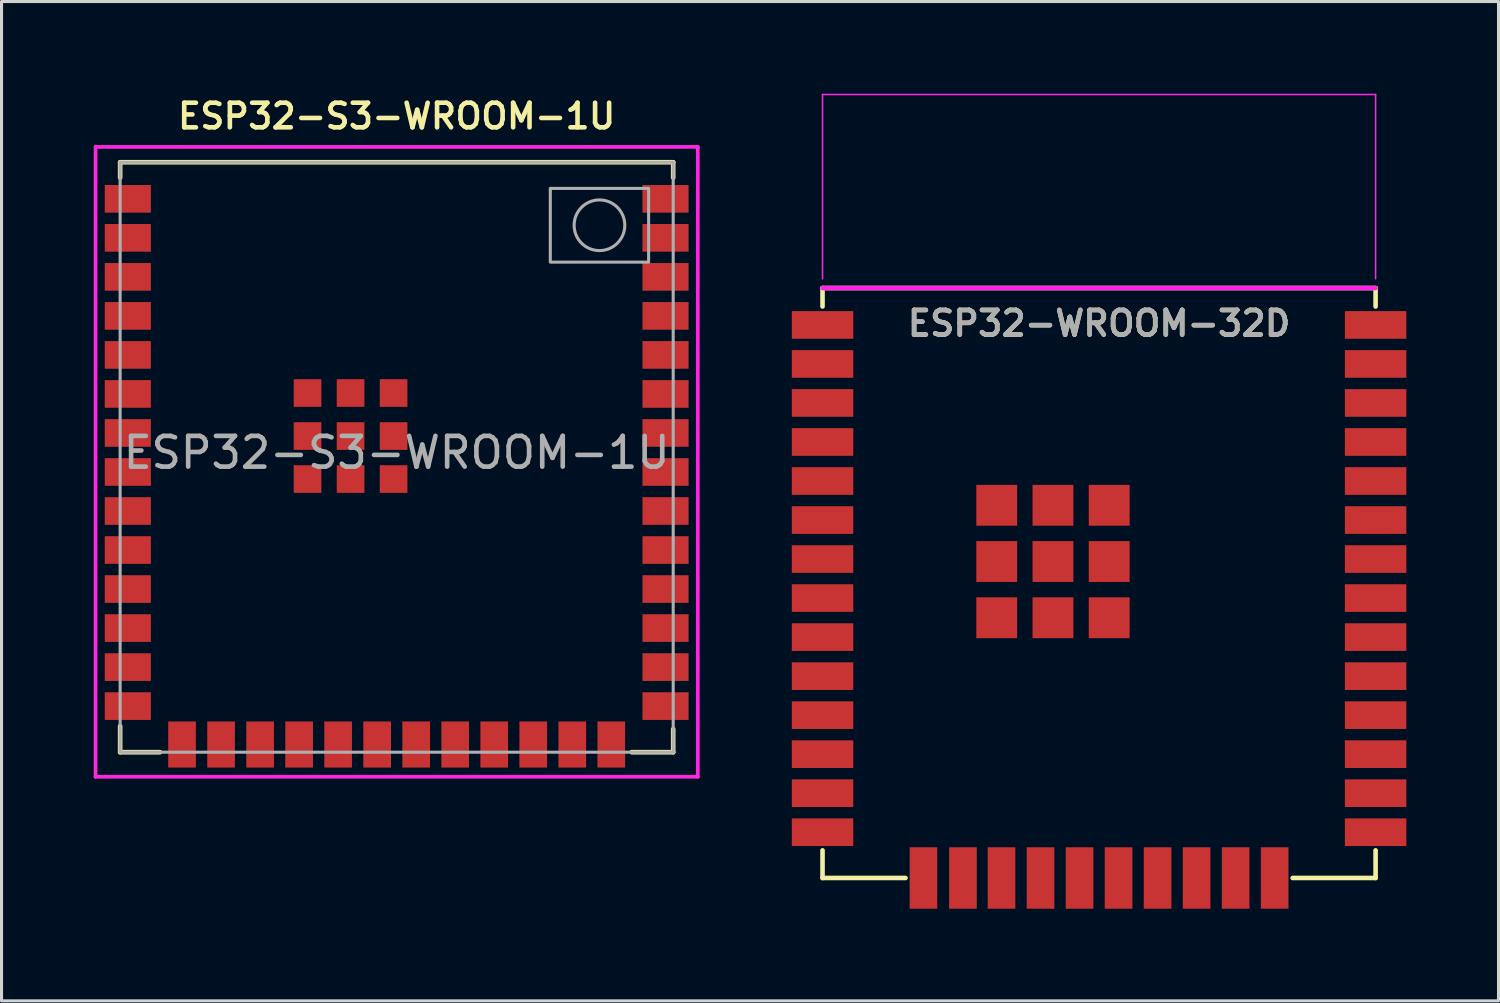
<source format=kicad_pcb>
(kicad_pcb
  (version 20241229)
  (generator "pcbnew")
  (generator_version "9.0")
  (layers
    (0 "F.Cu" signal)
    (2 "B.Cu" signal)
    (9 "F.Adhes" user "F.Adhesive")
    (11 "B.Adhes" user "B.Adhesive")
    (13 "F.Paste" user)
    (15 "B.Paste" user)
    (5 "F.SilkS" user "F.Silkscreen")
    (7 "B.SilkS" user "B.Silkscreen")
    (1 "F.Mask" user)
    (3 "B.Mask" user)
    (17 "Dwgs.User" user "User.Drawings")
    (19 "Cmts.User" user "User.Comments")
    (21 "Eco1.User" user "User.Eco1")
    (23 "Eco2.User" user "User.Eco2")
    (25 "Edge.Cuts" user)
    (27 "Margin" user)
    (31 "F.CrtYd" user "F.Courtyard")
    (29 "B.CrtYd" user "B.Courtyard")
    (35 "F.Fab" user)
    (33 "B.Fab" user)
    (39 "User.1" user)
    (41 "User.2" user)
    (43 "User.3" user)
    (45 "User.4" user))
  (footprint "ESP32-S3-WROOM-1U"
    (layer "F.Cu")
    (at 9.86 11.681)
    (property "Reference" "ESP32-S3-WROOM-1U" (at 0 -10.95 0) (layer "F.SilkS") (effects (font (size 0.8 0.8) (thickness 0.15))))
    (attr smd)
    (fp_line (start -9 -9.45) (end -9 -8.95) (stroke (width 0.15) (type solid)) (layer "F.SilkS"))
    (fp_line (start -9 8.9) (end -9 9.75) (stroke (width 0.15) (type solid)) (layer "F.SilkS"))
    (fp_line (start -9 9.75) (end -7.7 9.75) (stroke (width 0.15) (type solid)) (layer "F.SilkS"))
    (fp_line (start 9 -9.45) (end -9 -9.45) (stroke (width 0.15) (type solid)) (layer "F.SilkS"))
    (fp_line (start 9 -9.45) (end 9 -8.95) (stroke (width 0.15) (type solid)) (layer "F.SilkS"))
    (fp_line (start 9 9) (end 9 9.75) (stroke (width 0.15) (type solid)) (layer "F.SilkS"))
    (fp_line (start 9 9.75) (end 7.65 9.75) (stroke (width 0.15) (type solid)) (layer "F.SilkS"))
    (fp_line (start -9.8 -9.95) (end -9.8 10.55) (stroke (width 0.12) (type solid)) (layer "F.CrtYd"))
    (fp_line (start -9.8 10.55) (end 9.8 10.55) (stroke (width 0.12) (type solid)) (layer "F.CrtYd"))
    (fp_line (start 9.8 -9.95) (end -9.8 -9.95) (stroke (width 0.12) (type solid)) (layer "F.CrtYd"))
    (fp_line (start 9.8 -9.95) (end 9.8 10.55) (stroke (width 0.12) (type solid)) (layer "F.CrtYd"))
    (fp_line (start -9 -9.45) (end 9 -9.45) (stroke (width 0.1) (type solid)) (layer "F.Fab"))
    (fp_line (start -9 9.75) (end -9 -9.45) (stroke (width 0.1) (type solid)) (layer "F.Fab"))
    (fp_line (start 9 -9.45) (end 9 9.75) (stroke (width 0.1) (type solid)) (layer "F.Fab"))
    (fp_line (start 9 9.75) (end -9 9.75) (stroke (width 0.1) (type solid)) (layer "F.Fab"))
    (fp_rect (start 5 -8.6) (end 8.2 -6.2) (stroke (width 0.1) (type default)) (fill no) (layer "F.Fab"))
    (fp_circle (center 6.6 -7.4) (end 6.4 -8.2) (stroke (width 0.1) (type default)) (fill no) (layer "F.Fab"))
    (fp_text user "${REFERENCE}" (at 0 0 0) (layer "F.Fab") (effects (font (size 1 1) (thickness 0.15))))
    (pad "1" smd rect (at -8.75 -8.26) (size 1.5 0.9) (layers "F.Cu" "F.Mask" "F.Paste"))
    (pad "2" smd rect (at -8.75 -6.99) (size 1.5 0.9) (layers "F.Cu" "F.Mask" "F.Paste"))
    (pad "3" smd rect (at -8.75 -5.72) (size 1.5 0.9) (layers "F.Cu" "F.Mask" "F.Paste"))
    (pad "4" smd rect (at -8.75 -4.45) (size 1.5 0.9) (layers "F.Cu" "F.Mask" "F.Paste"))
    (pad "5" smd rect (at -8.75 -3.18) (size 1.5 0.9) (layers "F.Cu" "F.Mask" "F.Paste"))
    (pad "6" smd rect (at -8.75 -1.91) (size 1.5 0.9) (layers "F.Cu" "F.Mask" "F.Paste"))
    (pad "7" smd rect (at -8.75 -0.64) (size 1.5 0.9) (layers "F.Cu" "F.Mask" "F.Paste"))
    (pad "8" smd rect (at -8.75 0.63) (size 1.5 0.9) (layers "F.Cu" "F.Mask" "F.Paste"))
    (pad "9" smd rect (at -8.75 1.9) (size 1.5 0.9) (layers "F.Cu" "F.Mask" "F.Paste"))
    (pad "10" smd rect (at -8.75 3.17) (size 1.5 0.9) (layers "F.Cu" "F.Mask" "F.Paste"))
    (pad "11" smd rect (at -8.75 4.44) (size 1.5 0.9) (layers "F.Cu" "F.Mask" "F.Paste"))
    (pad "12" smd rect (at -8.75 5.71) (size 1.5 0.9) (layers "F.Cu" "F.Mask" "F.Paste"))
    (pad "13" smd rect (at -8.75 6.98) (size 1.5 0.9) (layers "F.Cu" "F.Mask" "F.Paste"))
    (pad "14" smd rect (at -8.75 8.25) (size 1.5 0.9) (layers "F.Cu" "F.Mask" "F.Paste"))
    (pad "15" smd rect (at -6.985 9.5 90) (size 1.5 0.9) (layers "F.Cu" "F.Mask" "F.Paste"))
    (pad "16" smd rect (at -5.715 9.5 90) (size 1.5 0.9) (layers "F.Cu" "F.Mask" "F.Paste"))
    (pad "17" smd rect (at -4.445 9.5 90) (size 1.5 0.9) (layers "F.Cu" "F.Mask" "F.Paste"))
    (pad "18" smd rect (at -3.175 9.5 90) (size 1.5 0.9) (layers "F.Cu" "F.Mask" "F.Paste"))
    (pad "19" smd rect (at -1.905 9.5 90) (size 1.5 0.9) (layers "F.Cu" "F.Mask" "F.Paste"))
    (pad "20" smd rect (at -0.635 9.5 90) (size 1.5 0.9) (layers "F.Cu" "F.Mask" "F.Paste"))
    (pad "21" smd rect (at 0.635 9.5 90) (size 1.5 0.9) (layers "F.Cu" "F.Mask" "F.Paste"))
    (pad "22" smd rect (at 1.905 9.5 90) (size 1.5 0.9) (layers "F.Cu" "F.Mask" "F.Paste"))
    (pad "23" smd rect (at 3.175 9.5 90) (size 1.5 0.9) (layers "F.Cu" "F.Mask" "F.Paste"))
    (pad "24" smd rect (at 4.445 9.5 90) (size 1.5 0.9) (layers "F.Cu" "F.Mask" "F.Paste"))
    (pad "25" smd rect (at 5.715 9.5 90) (size 1.5 0.9) (layers "F.Cu" "F.Mask" "F.Paste"))
    (pad "26" smd rect (at 6.985 9.5 90) (size 1.5 0.9) (layers "F.Cu" "F.Mask" "F.Paste"))
    (pad "27" smd rect (at 8.75 8.25 180) (size 1.5 0.9) (layers "F.Cu" "F.Mask" "F.Paste"))
    (pad "28" smd rect (at 8.75 6.98 180) (size 1.5 0.9) (layers "F.Cu" "F.Mask" "F.Paste"))
    (pad "29" smd rect (at 8.75 5.71 180) (size 1.5 0.9) (layers "F.Cu" "F.Mask" "F.Paste"))
    (pad "30" smd rect (at 8.75 4.44 180) (size 1.5 0.9) (layers "F.Cu" "F.Mask" "F.Paste"))
    (pad "31" smd rect (at 8.75 3.17 180) (size 1.5 0.9) (layers "F.Cu" "F.Mask" "F.Paste"))
    (pad "32" smd rect (at 8.75 1.9 180) (size 1.5 0.9) (layers "F.Cu" "F.Mask" "F.Paste"))
    (pad "33" smd rect (at 8.75 0.63 180) (size 1.5 0.9) (layers "F.Cu" "F.Mask" "F.Paste"))
    (pad "34" smd rect (at 8.75 -0.64 180) (size 1.5 0.9) (layers "F.Cu" "F.Mask" "F.Paste"))
    (pad "35" smd rect (at 8.75 -1.91 180) (size 1.5 0.9) (layers "F.Cu" "F.Mask" "F.Paste"))
    (pad "36" smd rect (at 8.75 -3.18 180) (size 1.5 0.9) (layers "F.Cu" "F.Mask" "F.Paste"))
    (pad "37" smd rect (at 8.75 -4.45 180) (size 1.5 0.9) (layers "F.Cu" "F.Mask" "F.Paste"))
    (pad "38" smd rect (at 8.75 -5.72 180) (size 1.5 0.9) (layers "F.Cu" "F.Mask" "F.Paste"))
    (pad "39" smd rect (at 8.75 -6.99 180) (size 1.5 0.9) (layers "F.Cu" "F.Mask" "F.Paste"))
    (pad "40" smd rect (at 8.75 -8.26 180) (size 1.5 0.9) (layers "F.Cu" "F.Mask" "F.Paste"))
    (pad "41" smd rect (at -2.9 -1.94 180) (size 0.9 0.9) (layers "F.Cu" "F.Mask" "F.Paste"))
    (pad "41" smd rect (at -2.9 -0.54 180) (size 0.9 0.9) (layers "F.Cu" "F.Mask" "F.Paste"))
    (pad "41" smd rect (at -2.9 0.86 180) (size 0.9 0.9) (layers "F.Cu" "F.Mask" "F.Paste"))
    (pad "41" smd rect (at -1.5 -1.94 180) (size 0.9 0.9) (layers "F.Cu" "F.Mask" "F.Paste"))
    (pad "41" smd rect (at -1.5 -0.54 180) (size 0.9 0.9) (layers "F.Cu" "F.Mask" "F.Paste"))
    (pad "41" smd rect (at -1.5 0.86 180) (size 0.9 0.9) (layers "F.Cu" "F.Mask" "F.Paste"))
    (pad "41" smd rect (at -0.1 -1.94 180) (size 0.9 0.9) (layers "F.Cu" "F.Mask" "F.Paste"))
    (pad "41" smd rect (at -0.1 -0.54 180) (size 0.9 0.9) (layers "F.Cu" "F.Mask" "F.Paste"))
    (pad "41" smd rect (at -0.1 0.86 180) (size 0.9 0.9) (layers "F.Cu" "F.Mask" "F.Paste")))
  (footprint "ESP32-WROOM-32D"
    (layer "F.Cu")
    (at 32.72 12.775)
    (property "Reference" "ESP32-WROOM-32D" (at 0 -5.3 0) (layer "F.SilkS") (effects (font (size 0.8 0.8) (thickness 0.15))))
    (attr through_hole)
    (fp_line (start -9 -6.45) (end -9 -5.85) (stroke (width 0.15) (type solid)) (layer "F.SilkS"))
    (fp_line (start -9 -6.45) (end 9 -6.45) (stroke (width 0.15) (type solid)) (layer "F.SilkS"))
    (fp_line (start -9 12.75) (end -9 11.85) (stroke (width 0.15) (type solid)) (layer "F.SilkS"))
    (fp_line (start -9 12.75) (end -6.3 12.75) (stroke (width 0.15) (type solid)) (layer "F.SilkS"))
    (fp_line (start 9 -6.45) (end 9 -5.85) (stroke (width 0.15) (type solid)) (layer "F.SilkS"))
    (fp_line (start 9 12.75) (end 6.3 12.75) (stroke (width 0.15) (type solid)) (layer "F.SilkS"))
    (fp_line (start 9 12.75) (end 9 11.85) (stroke (width 0.15) (type solid)) (layer "F.SilkS"))
    (fp_line (start -9 -12.75) (end -9 -6.75) (stroke (width 0.05) (type solid)) (layer "F.CrtYd"))
    (fp_line (start -9 -6.45) (end 9 -6.45) (stroke (width 0.15) (type solid)) (layer "F.CrtYd"))
    (fp_line (start 9 -12.75) (end -9 -12.75) (stroke (width 0.05) (type solid)) (layer "F.CrtYd"))
    (fp_line (start 9 -6.75) (end 9 -12.75) (stroke (width 0.05) (type solid)) (layer "F.CrtYd"))
    (fp_text user "${REFERENCE}" (at 0 -5.3 0) (layer "F.Fab") (effects (font (size 0.8 0.8) (thickness 0.15))))
    (pad "1" smd rect (at -9 -5.25) (size 2 0.9) (layers "F.Cu" "F.Mask" "F.Paste"))
    (pad "2" smd rect (at -9 -3.98) (size 2 0.9) (layers "F.Cu" "F.Mask" "F.Paste"))
    (pad "3" smd rect (at -9 -2.71) (size 2 0.9) (layers "F.Cu" "F.Mask" "F.Paste"))
    (pad "4" smd rect (at -9 -1.44) (size 2 0.9) (layers "F.Cu" "F.Mask" "F.Paste"))
    (pad "5" smd rect (at -9 -0.17) (size 2 0.9) (layers "F.Cu" "F.Mask" "F.Paste"))
    (pad "6" smd rect (at -9 1.1) (size 2 0.9) (layers "F.Cu" "F.Mask" "F.Paste"))
    (pad "7" smd rect (at -9 2.37) (size 2 0.9) (layers "F.Cu" "F.Mask" "F.Paste"))
    (pad "8" smd rect (at -9 3.64) (size 2 0.9) (layers "F.Cu" "F.Mask" "F.Paste"))
    (pad "9" smd rect (at -9 4.91) (size 2 0.9) (layers "F.Cu" "F.Mask" "F.Paste"))
    (pad "10" smd rect (at -9 6.18) (size 2 0.9) (layers "F.Cu" "F.Mask" "F.Paste"))
    (pad "11" smd rect (at -9 7.45) (size 2 0.9) (layers "F.Cu" "F.Mask" "F.Paste"))
    (pad "12" smd rect (at -9 8.72) (size 2 0.9) (layers "F.Cu" "F.Mask" "F.Paste"))
    (pad "13" smd rect (at -9 9.99) (size 2 0.9) (layers "F.Cu" "F.Mask" "F.Paste"))
    (pad "14" smd rect (at -9 11.26) (size 2 0.9) (layers "F.Cu" "F.Mask" "F.Paste"))
    (pad "15" smd rect (at -5.715 12.75 90) (size 2 0.9) (layers "F.Cu" "F.Mask" "F.Paste"))
    (pad "16" smd rect (at -4.43 12.75 90) (size 2 0.9) (layers "F.Cu" "F.Mask" "F.Paste"))
    (pad "17" smd rect (at -3.175 12.75 90) (size 2 0.9) (layers "F.Cu" "F.Mask" "F.Paste"))
    (pad "18" smd rect (at -1.905 12.75 90) (size 2 0.9) (layers "F.Cu" "F.Mask" "F.Paste"))
    (pad "19" smd rect (at -0.635 12.75 90) (size 2 0.9) (layers "F.Cu" "F.Mask" "F.Paste"))
    (pad "20" smd rect (at 0.635 12.75 90) (size 2 0.9) (layers "F.Cu" "F.Mask" "F.Paste"))
    (pad "21" smd rect (at 1.905 12.75 90) (size 2 0.9) (layers "F.Cu" "F.Mask" "F.Paste"))
    (pad "22" smd rect (at 3.175 12.75 90) (size 2 0.9) (layers "F.Cu" "F.Mask" "F.Paste"))
    (pad "23" smd rect (at 4.445 12.75 90) (size 2 0.9) (layers "F.Cu" "F.Mask" "F.Paste"))
    (pad "24" smd rect (at 5.715 12.75 90) (size 2 0.9) (layers "F.Cu" "F.Mask" "F.Paste"))
    (pad "25" smd rect (at 9 11.26) (size 2 0.9) (layers "F.Cu" "F.Mask" "F.Paste"))
    (pad "26" smd rect (at 9 9.99) (size 2 0.9) (layers "F.Cu" "F.Mask" "F.Paste"))
    (pad "27" smd rect (at 9 8.72) (size 2 0.9) (layers "F.Cu" "F.Mask" "F.Paste"))
    (pad "28" smd rect (at 9 7.45) (size 2 0.9) (layers "F.Cu" "F.Mask" "F.Paste"))
    (pad "29" smd rect (at 9 6.18) (size 2 0.9) (layers "F.Cu" "F.Mask" "F.Paste"))
    (pad "30" smd rect (at 9 4.91) (size 2 0.9) (layers "F.Cu" "F.Mask" "F.Paste"))
    (pad "31" smd rect (at 9 3.64) (size 2 0.9) (layers "F.Cu" "F.Mask" "F.Paste"))
    (pad "32" smd rect (at 9 2.37) (size 2 0.9) (layers "F.Cu" "F.Mask" "F.Paste"))
    (pad "33" smd rect (at 9 1.1) (size 2 0.9) (layers "F.Cu" "F.Mask" "F.Paste"))
    (pad "34" smd rect (at 9 -0.17) (size 2 0.9) (layers "F.Cu" "F.Mask" "F.Paste"))
    (pad "35" smd rect (at 9 -1.44) (size 2 0.9) (layers "F.Cu" "F.Mask" "F.Paste"))
    (pad "36" smd rect (at 9 -2.71) (size 2 0.9) (layers "F.Cu" "F.Mask" "F.Paste"))
    (pad "37" smd rect (at 9 -3.98) (size 2 0.9) (layers "F.Cu" "F.Mask" "F.Paste"))
    (pad "38" smd rect (at 9 -5.25) (size 2 0.9) (layers "F.Cu" "F.Mask" "F.Paste"))
    (pad "39" smd rect (at -3.33 0.62 270) (size 1.33 1.33) (layers "F.Cu" "F.Mask" "F.Paste"))
    (pad "39" smd rect (at -3.33 2.45 270) (size 1.33 1.33) (layers "F.Cu" "F.Mask" "F.Paste"))
    (pad "39" smd rect (at -3.33 4.28 270) (size 1.33 1.33) (layers "F.Cu" "F.Mask" "F.Paste"))
    (pad "39" smd rect (at -1.5 0.62 270) (size 1.33 1.33) (layers "F.Cu" "F.Mask" "F.Paste"))
    (pad "39" smd rect (at -1.5 2.45 270) (size 1.33 1.33) (layers "F.Cu" "F.Mask" "F.Paste"))
    (pad "39" smd rect (at -1.5 4.28 270) (size 1.33 1.33) (layers "F.Cu" "F.Mask" "F.Paste"))
    (pad "39" smd rect (at 0.33 0.62 270) (size 1.33 1.33) (layers "F.Cu" "F.Mask" "F.Paste"))
    (pad "39" smd rect (at 0.33 2.45 270) (size 1.33 1.33) (layers "F.Cu" "F.Mask" "F.Paste"))
    (pad "39" smd rect (at 0.33 4.28 270) (size 1.33 1.33) (layers "F.Cu" "F.Mask" "F.Paste")))
  (gr_rect
    (start -3 -3)
    (end 45.72 29.525)
    (stroke (width 0.1) (type default))
    (fill no)
    (layer "Edge.Cuts")))
</source>
